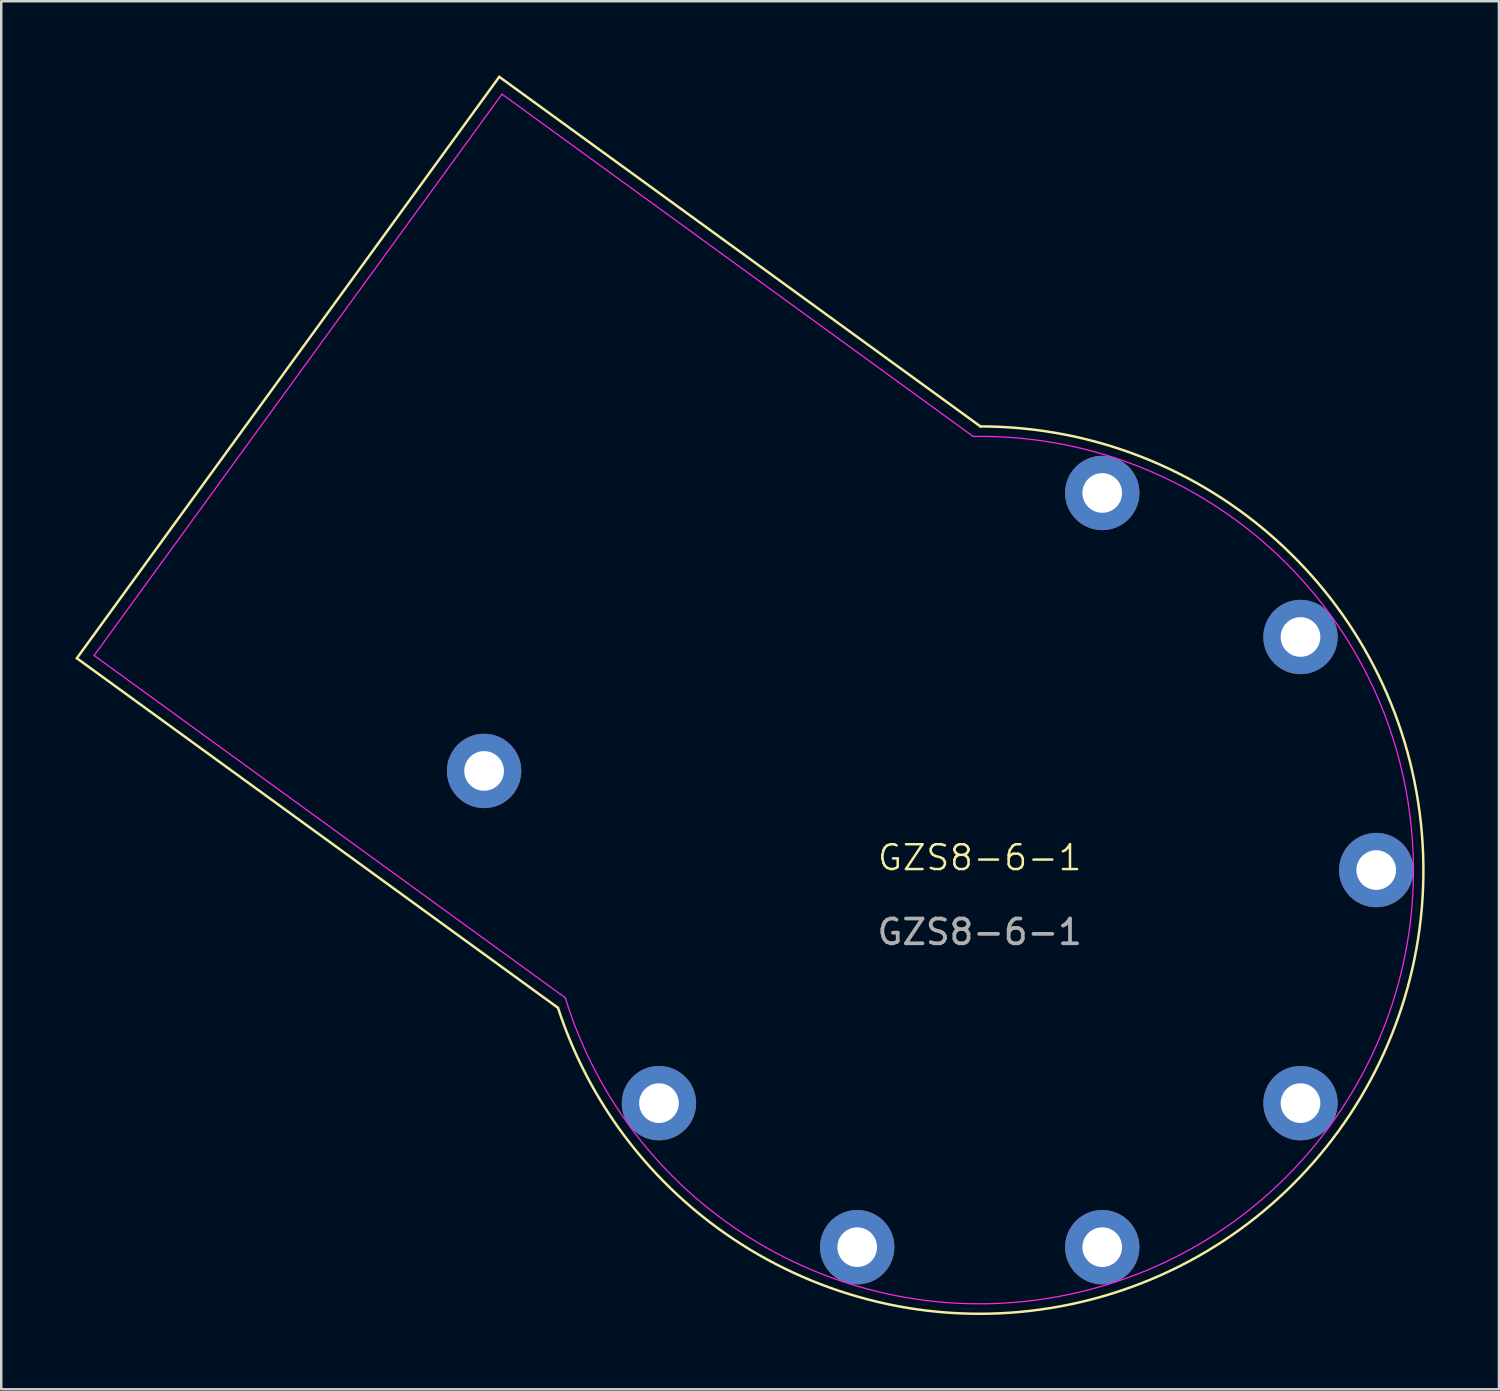
<source format=kicad_pcb>
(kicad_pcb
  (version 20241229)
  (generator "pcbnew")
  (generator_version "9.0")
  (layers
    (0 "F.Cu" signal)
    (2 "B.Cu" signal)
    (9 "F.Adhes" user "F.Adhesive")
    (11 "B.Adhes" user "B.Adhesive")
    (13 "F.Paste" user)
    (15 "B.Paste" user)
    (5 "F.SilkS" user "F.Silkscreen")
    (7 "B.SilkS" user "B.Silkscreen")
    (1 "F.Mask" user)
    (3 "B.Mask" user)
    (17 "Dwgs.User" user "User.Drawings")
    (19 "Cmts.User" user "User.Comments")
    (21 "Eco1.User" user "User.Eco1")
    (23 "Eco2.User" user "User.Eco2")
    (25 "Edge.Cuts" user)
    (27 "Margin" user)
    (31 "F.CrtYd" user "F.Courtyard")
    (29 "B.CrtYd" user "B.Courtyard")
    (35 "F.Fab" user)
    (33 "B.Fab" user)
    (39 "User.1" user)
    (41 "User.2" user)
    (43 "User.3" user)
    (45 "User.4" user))
  (footprint "GZS8-6-1"
    (layer "F.Cu")
    (at 36.484 32.059)
    (property "Reference" "GZS8-6-1" (at 0 -0.5 0) (unlocked yes) (layer "F.SilkS") (effects (font (size 1 1) (thickness 0.1))))
    (attr through_hole)
    (fp_line (start -36.434 -8.548) (end -17.018 5.559) (stroke (width 0.1) (type default)) (layer "F.SilkS"))
    (fp_line (start -19.388 -32.009) (end -36.434 -8.548) (stroke (width 0.1) (type default)) (layer "F.SilkS"))
    (fp_line (start -19.388 -32.009) (end 0.028 -17.902) (stroke (width 0.1) (type default)) (layer "F.SilkS"))
    (fp_arc (start 0.028207 -17.902491) (mid 14.483437 10.522833) (end -17.017564 5.559) (stroke (width 0.1) (type default)) (layer "F.SilkS"))
    (fp_line (start -35.736 -8.658) (end -16.724 5.154) (stroke (width 0.05) (type default)) (layer "F.CrtYd"))
    (fp_line (start -19.278 -31.311) (end -35.736 -8.658) (stroke (width 0.05) (type default)) (layer "F.CrtYd"))
    (fp_line (start -19.278 -31.311) (end -0.266 -17.498) (stroke (width 0.05) (type default)) (layer "F.CrtYd"))
    (fp_arc (start -0.265685 -17.497983) (mid 14.157797 10.286242) (end -16.723672 5.154493) (stroke (width 0.05) (type default)) (layer "F.CrtYd"))
    (fp_text user "${REFERENCE}" (at 0 2.5 0) (unlocked yes) (layer "F.Fab") (effects (font (size 1 1) (thickness 0.15))))
    (pad "0" thru_hole circle (at -20 -4) (size 3 3) (drill 1.6) (layers "*.Cu" "*.Mask"))
    (pad "3" thru_hole circle (at -12.944 9.405) (size 3 3) (drill 1.6) (layers "*.Cu" "*.Mask"))
    (pad "4" thru_hole circle (at -4.944 15.217) (size 3 3) (drill 1.6) (layers "*.Cu" "*.Mask"))
    (pad "5" thru_hole circle (at 4.944 15.217) (size 3 3) (drill 1.6) (layers "*.Cu" "*.Mask"))
    (pad "6" thru_hole circle (at 12.944 9.405) (size 3 3) (drill 1.6) (layers "*.Cu" "*.Mask"))
    (pad "7" thru_hole circle (at 16 0) (size 3 3) (drill 1.6) (layers "*.Cu" "*.Mask"))
    (pad "8" thru_hole circle (at 12.944 -9.405) (size 3 3) (drill 1.6) (layers "*.Cu" "*.Mask"))
    (pad "9" thru_hole circle (at 4.944 -15.217) (size 3 3) (drill 1.6) (layers "*.Cu" "*.Mask")))
  (gr_rect
    (start -3 -3)
    (end 57.436 53.012)
    (stroke (width 0.1) (type default))
    (fill no)
    (layer "Edge.Cuts")))
</source>
